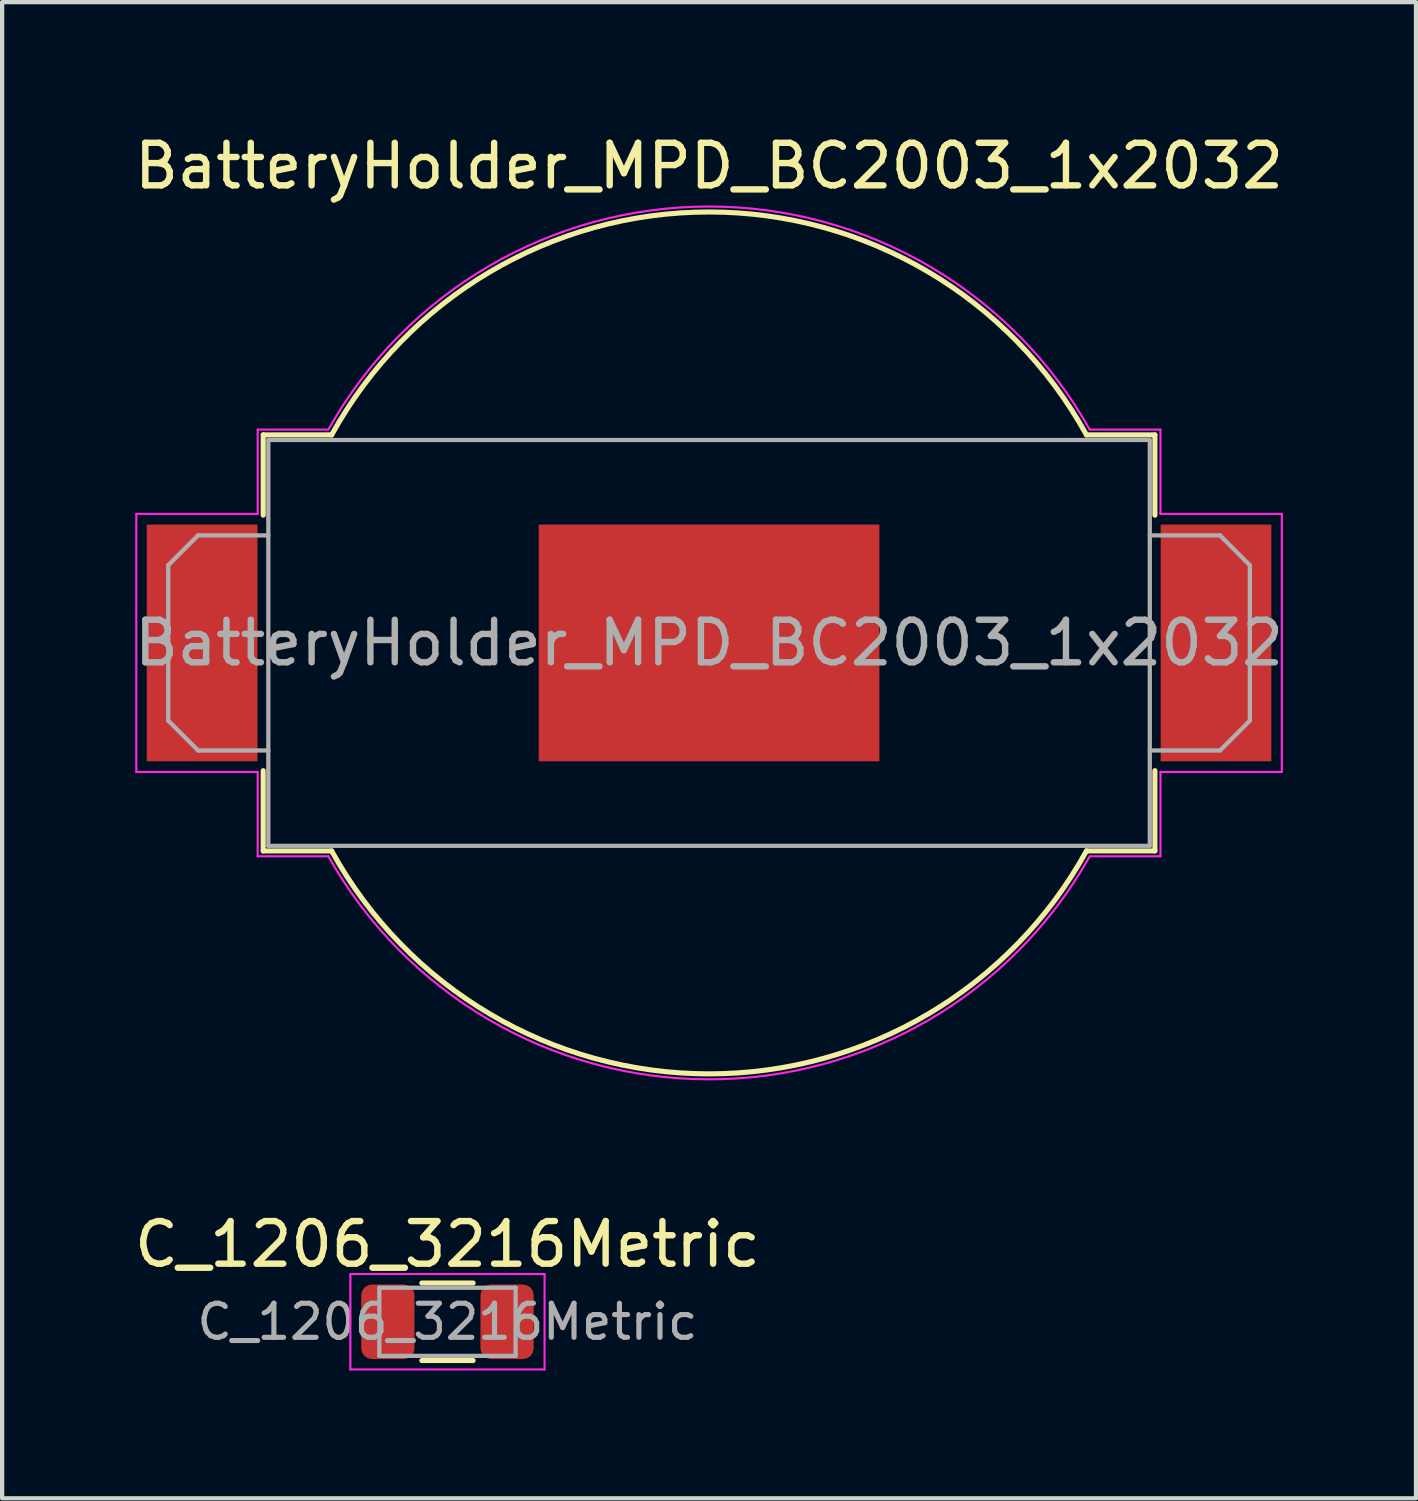
<source format=kicad_pcb>
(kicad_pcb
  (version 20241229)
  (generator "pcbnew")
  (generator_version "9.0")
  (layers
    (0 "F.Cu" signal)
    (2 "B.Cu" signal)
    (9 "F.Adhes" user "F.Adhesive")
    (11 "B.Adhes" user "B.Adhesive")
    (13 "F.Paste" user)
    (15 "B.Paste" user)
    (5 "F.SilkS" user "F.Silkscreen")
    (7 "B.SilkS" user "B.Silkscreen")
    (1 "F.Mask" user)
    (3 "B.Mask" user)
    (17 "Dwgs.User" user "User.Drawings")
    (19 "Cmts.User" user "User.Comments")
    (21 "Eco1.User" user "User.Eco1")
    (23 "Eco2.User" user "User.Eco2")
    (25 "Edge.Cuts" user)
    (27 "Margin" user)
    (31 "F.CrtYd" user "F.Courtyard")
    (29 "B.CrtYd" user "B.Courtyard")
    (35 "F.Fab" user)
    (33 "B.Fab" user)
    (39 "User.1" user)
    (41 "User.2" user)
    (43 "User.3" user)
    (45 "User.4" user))
  (footprint "C_1206_3216Metric"
    (layer "F.Cu")
    (at 7.458 27.99)
    (property "Reference" "C_1206_3216Metric" (at 0 -1.82 0) (layer "F.SilkS") (effects (font (size 1 1) (thickness 0.15))))
    (attr smd)
    (fp_line (start -0.602 -0.91) (end 0.602 -0.91) (stroke (width 0.12) (type solid)) (layer "F.SilkS"))
    (fp_line (start -0.602 0.91) (end 0.602 0.91) (stroke (width 0.12) (type solid)) (layer "F.SilkS"))
    (fp_line (start -2.28 -1.12) (end 2.28 -1.12) (stroke (width 0.05) (type solid)) (layer "F.CrtYd"))
    (fp_line (start -2.28 1.12) (end -2.28 -1.12) (stroke (width 0.05) (type solid)) (layer "F.CrtYd"))
    (fp_line (start 2.28 -1.12) (end 2.28 1.12) (stroke (width 0.05) (type solid)) (layer "F.CrtYd"))
    (fp_line (start 2.28 1.12) (end -2.28 1.12) (stroke (width 0.05) (type solid)) (layer "F.CrtYd"))
    (fp_line (start -1.6 -0.8) (end 1.6 -0.8) (stroke (width 0.1) (type solid)) (layer "F.Fab"))
    (fp_line (start -1.6 0.8) (end -1.6 -0.8) (stroke (width 0.1) (type solid)) (layer "F.Fab"))
    (fp_line (start 1.6 -0.8) (end 1.6 0.8) (stroke (width 0.1) (type solid)) (layer "F.Fab"))
    (fp_line (start 1.6 0.8) (end -1.6 0.8) (stroke (width 0.1) (type solid)) (layer "F.Fab"))
    (fp_text user "${REFERENCE}" (at 0 0 0) (layer "F.Fab") (effects (font (size 0.8 0.8) (thickness 0.12))))
    (pad "1" smd roundrect (at -1.4 0) (size 1.25 1.75) (layers "F.Cu" "F.Mask" "F.Paste") (roundrect_rratio 0.2))
    (pad "2" smd roundrect (at 1.4 0) (size 1.25 1.75) (layers "F.Cu" "F.Mask" "F.Paste") (roundrect_rratio 0.2)))
  (footprint "BatteryHolder_MPD_BC2003_1x2032"
    (layer "F.Cu")
    (at 13.601 12.048)
    (property "Reference" "BatteryHolder_MPD_BC2003_1x2032" (at 0 -11.2 0) (layer "F.SilkS") (effects (font (size 1 1) (thickness 0.15))))
    (attr smd)
    (fp_line (start -10.47 -4.885) (end -8.863 -4.885) (stroke (width 0.12) (type solid)) (layer "F.SilkS"))
    (fp_line (start -10.47 -3) (end -10.47 -4.885) (stroke (width 0.12) (type solid)) (layer "F.SilkS"))
    (fp_line (start -10.47 3) (end -10.47 4.885) (stroke (width 0.12) (type solid)) (layer "F.SilkS"))
    (fp_line (start -10.47 4.885) (end -8.863 4.885) (stroke (width 0.12) (type solid)) (layer "F.SilkS"))
    (fp_line (start 10.47 -4.885) (end 8.863 -4.885) (stroke (width 0.12) (type solid)) (layer "F.SilkS"))
    (fp_line (start 10.47 -3) (end 10.47 -4.885) (stroke (width 0.12) (type solid)) (layer "F.SilkS"))
    (fp_line (start 10.47 3) (end 10.47 4.885) (stroke (width 0.12) (type solid)) (layer "F.SilkS"))
    (fp_line (start 10.47 4.885) (end 8.863 4.885) (stroke (width 0.12) (type solid)) (layer "F.SilkS"))
    (fp_arc (start -8.86291 -4.885) (mid 0 -10.12) (end 8.86291 -4.885) (stroke (width 0.12) (type solid)) (layer "F.SilkS"))
    (fp_arc (start 8.865021 4.881168) (mid 0.002187 10.12) (end -8.86291 4.885) (stroke (width 0.12) (type solid)) (layer "F.SilkS"))
    (fp_line (start -13.45 -3.03) (end -13.45 3.03) (stroke (width 0.05) (type solid)) (layer "F.CrtYd"))
    (fp_line (start -13.45 3.03) (end -10.6 3.03) (stroke (width 0.05) (type solid)) (layer "F.CrtYd"))
    (fp_line (start -10.6 -5.01) (end -10.6 -3.03) (stroke (width 0.05) (type solid)) (layer "F.CrtYd"))
    (fp_line (start -10.6 -3.03) (end -13.45 -3.03) (stroke (width 0.05) (type solid)) (layer "F.CrtYd"))
    (fp_line (start -10.6 5.01) (end -10.6 3.03) (stroke (width 0.05) (type solid)) (layer "F.CrtYd"))
    (fp_line (start -10.6 5.01) (end -8.94 5.01) (stroke (width 0.05) (type solid)) (layer "F.CrtYd"))
    (fp_line (start -8.94 -5.01) (end -10.6 -5.01) (stroke (width 0.05) (type solid)) (layer "F.CrtYd"))
    (fp_line (start 8.94 -5.01) (end 10.6 -5.01) (stroke (width 0.05) (type solid)) (layer "F.CrtYd"))
    (fp_line (start 8.94 5.01) (end 10.6 5.01) (stroke (width 0.05) (type solid)) (layer "F.CrtYd"))
    (fp_line (start 10.6 -5.01) (end 10.6 -3.03) (stroke (width 0.05) (type solid)) (layer "F.CrtYd"))
    (fp_line (start 10.6 -3.03) (end 13.45 -3.03) (stroke (width 0.05) (type solid)) (layer "F.CrtYd"))
    (fp_line (start 10.6 3.03) (end 13.45 3.03) (stroke (width 0.05) (type solid)) (layer "F.CrtYd"))
    (fp_line (start 10.6 5.01) (end 10.6 3.03) (stroke (width 0.05) (type solid)) (layer "F.CrtYd"))
    (fp_line (start 13.45 -3.03) (end 13.45 3.03) (stroke (width 0.05) (type solid)) (layer "F.CrtYd"))
    (fp_arc (start -8.934116 -5.020486) (mid 0.006012 -10.248106) (end 8.94 -5.01) (stroke (width 0.05) (type solid)) (layer "F.CrtYd"))
    (fp_arc (start 8.92534 5.036071) (mid -0.014955 10.248096) (end -8.94 5.01) (stroke (width 0.05) (type solid)) (layer "F.CrtYd"))
    (fp_line (start -12.7 -1.825) (end -12.7 1.825) (stroke (width 0.1) (type solid)) (layer "F.Fab"))
    (fp_line (start -12.7 -1.825) (end -12 -2.525) (stroke (width 0.1) (type solid)) (layer "F.Fab"))
    (fp_line (start -12.7 1.825) (end -12 2.525) (stroke (width 0.1) (type solid)) (layer "F.Fab"))
    (fp_line (start -10.35 -4.765) (end 10.35 -4.765) (stroke (width 0.1) (type solid)) (layer "F.Fab"))
    (fp_line (start -10.35 -2.525) (end -12 -2.525) (stroke (width 0.1) (type solid)) (layer "F.Fab"))
    (fp_line (start -10.35 2.525) (end -12 2.525) (stroke (width 0.1) (type solid)) (layer "F.Fab"))
    (fp_line (start -10.35 4.765) (end -10.35 -4.765) (stroke (width 0.1) (type solid)) (layer "F.Fab"))
    (fp_line (start -10.35 4.765) (end 10.35 4.765) (stroke (width 0.1) (type solid)) (layer "F.Fab"))
    (fp_line (start 10.35 -2.525) (end 12 -2.525) (stroke (width 0.1) (type solid)) (layer "F.Fab"))
    (fp_line (start 10.35 2.525) (end 12 2.525) (stroke (width 0.1) (type solid)) (layer "F.Fab"))
    (fp_line (start 10.35 4.765) (end 10.35 -4.765) (stroke (width 0.1) (type solid)) (layer "F.Fab"))
    (fp_line (start 12.7 -1.825) (end 12 -2.525) (stroke (width 0.1) (type solid)) (layer "F.Fab"))
    (fp_line (start 12.7 -1.825) (end 12.7 1.825) (stroke (width 0.1) (type solid)) (layer "F.Fab"))
    (fp_line (start 12.7 1.825) (end 12 2.525) (stroke (width 0.1) (type solid)) (layer "F.Fab"))
    (fp_text user "${REFERENCE}" (at 0 0 0) (layer "F.Fab") (effects (font (size 1 1) (thickness 0.15))))
    (pad "1" smd rect (at -11.905 0) (size 2.6 5.56) (layers "F.Cu" "F.Mask" "F.Paste"))
    (pad "1" smd rect (at 11.905 0) (size 2.6 5.56) (layers "F.Cu" "F.Mask" "F.Paste"))
    (pad "2" smd rect (at 0 0) (size 8 5.56) (layers "F.Cu" "F.Mask" "F.Paste")))
  (gr_rect
    (start -3 -3)
    (end 30.202 32.135)
    (stroke (width 0.1) (type default))
    (fill no)
    (layer "Edge.Cuts")))
</source>
